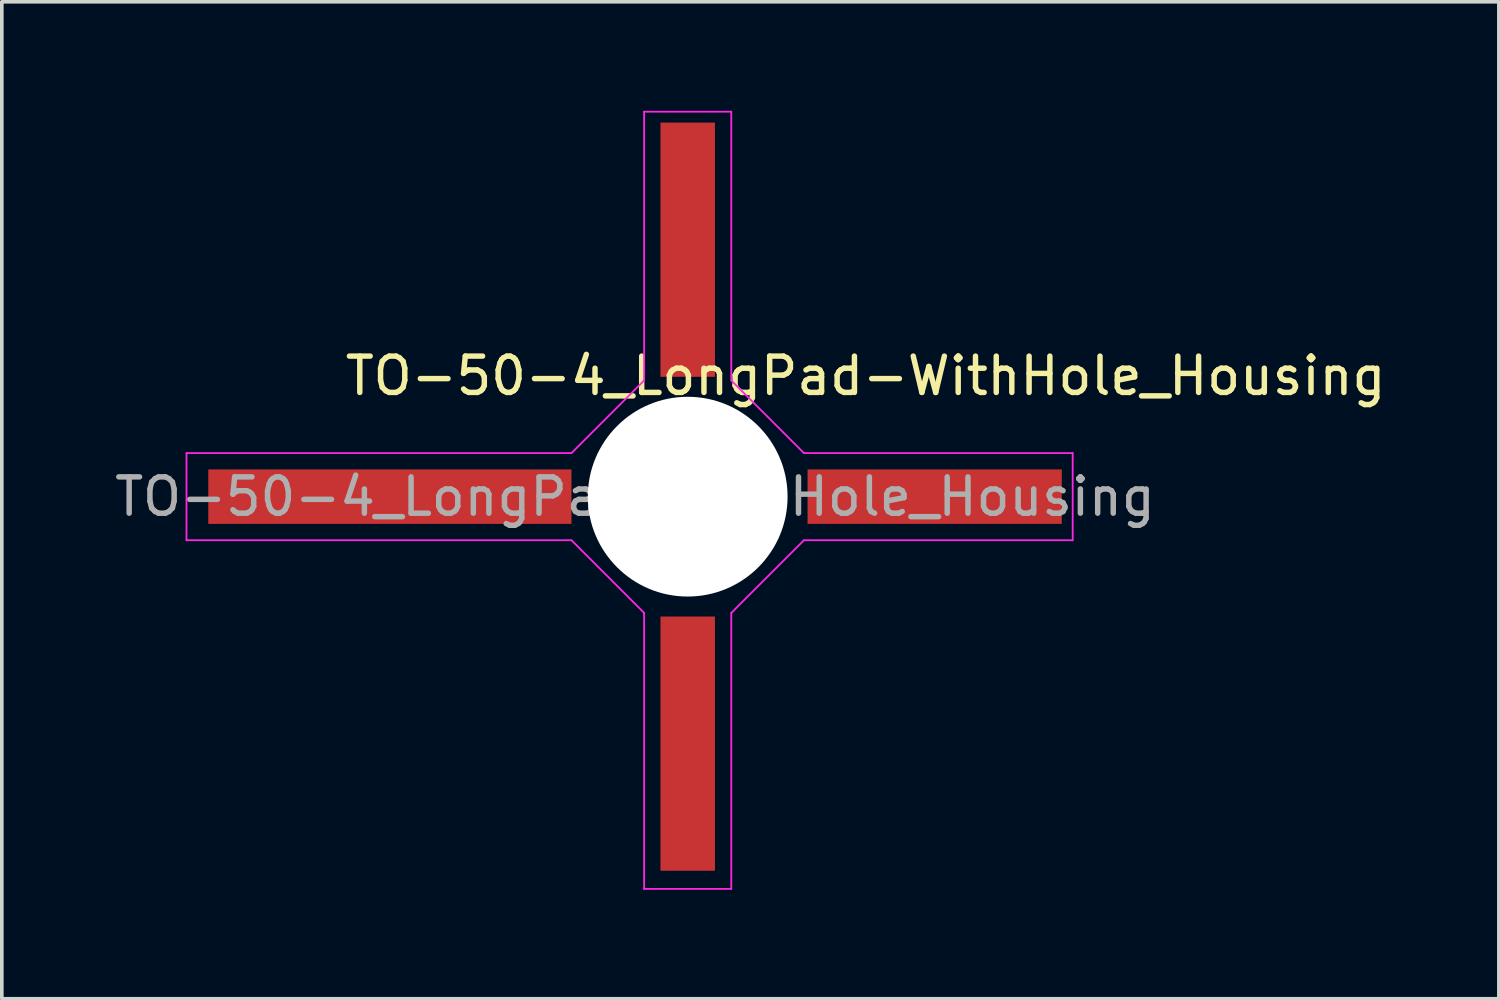
<source format=kicad_pcb>
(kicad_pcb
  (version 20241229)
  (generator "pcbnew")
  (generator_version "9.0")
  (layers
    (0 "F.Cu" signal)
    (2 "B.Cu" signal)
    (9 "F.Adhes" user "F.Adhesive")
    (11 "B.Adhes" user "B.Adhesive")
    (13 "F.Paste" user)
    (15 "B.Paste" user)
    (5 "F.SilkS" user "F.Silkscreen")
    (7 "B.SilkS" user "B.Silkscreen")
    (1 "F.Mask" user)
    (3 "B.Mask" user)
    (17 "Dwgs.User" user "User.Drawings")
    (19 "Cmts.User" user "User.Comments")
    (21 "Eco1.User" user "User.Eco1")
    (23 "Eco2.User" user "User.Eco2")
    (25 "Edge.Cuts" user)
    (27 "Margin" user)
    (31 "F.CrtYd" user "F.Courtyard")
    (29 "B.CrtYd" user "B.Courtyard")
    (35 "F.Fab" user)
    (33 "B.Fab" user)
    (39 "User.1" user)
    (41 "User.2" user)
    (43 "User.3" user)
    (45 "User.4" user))
  (footprint "TO-50-4_LongPad-WithHole_Housing"
    (layer "F.Cu")
    (at 15.185 10.625)
    (property "Reference" "TO-50-4_LongPad-WithHole_Housing" (at 5.6 -3.325 180) (layer "F.SilkS") (effects (font (size 1 1) (thickness 0.15))))
    (attr smd)
    (fp_line (start -13.1 -1.2) (end -2.5 -1.2) (stroke (width 0.05) (type solid)) (layer "F.CrtYd"))
    (fp_line (start -13.1 1.2) (end -13.1 -1.2) (stroke (width 0.05) (type solid)) (layer "F.CrtYd"))
    (fp_line (start -2.5 -1.2) (end -0.5 -3.2) (stroke (width 0.05) (type solid)) (layer "F.CrtYd"))
    (fp_line (start -2.5 1.2) (end -13.1 1.2) (stroke (width 0.05) (type solid)) (layer "F.CrtYd"))
    (fp_line (start -0.5 -10.6) (end 1.9 -10.6) (stroke (width 0.05) (type solid)) (layer "F.CrtYd"))
    (fp_line (start -0.5 -3.2) (end -0.5 -10.6) (stroke (width 0.05) (type solid)) (layer "F.CrtYd"))
    (fp_line (start -0.5 3.2) (end -2.5 1.2) (stroke (width 0.05) (type solid)) (layer "F.CrtYd"))
    (fp_line (start -0.5 10.8) (end -0.5 3.2) (stroke (width 0.05) (type solid)) (layer "F.CrtYd"))
    (fp_line (start 1.9 -10.6) (end 1.9 -3.2) (stroke (width 0.05) (type solid)) (layer "F.CrtYd"))
    (fp_line (start 1.9 -3.2) (end 3.9 -1.2) (stroke (width 0.05) (type solid)) (layer "F.CrtYd"))
    (fp_line (start 1.9 3.2) (end 1.9 10.8) (stroke (width 0.05) (type solid)) (layer "F.CrtYd"))
    (fp_line (start 1.9 10.8) (end -0.5 10.8) (stroke (width 0.05) (type solid)) (layer "F.CrtYd"))
    (fp_line (start 3.9 -1.2) (end 11.3 -1.2) (stroke (width 0.05) (type solid)) (layer "F.CrtYd"))
    (fp_line (start 3.9 1.2) (end 1.9 3.2) (stroke (width 0.05) (type solid)) (layer "F.CrtYd"))
    (fp_line (start 11.3 -1.2) (end 11.3 1.2) (stroke (width 0.05) (type solid)) (layer "F.CrtYd"))
    (fp_line (start 11.3 1.2) (end 3.9 1.2) (stroke (width 0.05) (type solid)) (layer "F.CrtYd"))
    (fp_circle (center 0.7 0) (end 0.65 2.55) (stroke (width 0.1) (type solid)) (fill no) (layer "F.Fab"))
    (fp_text user "${REFERENCE}" (at -0.75 0 0) (layer "F.Fab") (effects (font (size 1 1) (thickness 0.15))))
    (pad "" np_thru_hole circle (at 0.7 0 90) (size 5.5 5.5) (drill 5.5) (layers "*.Cu" "*.Mask"))
    (pad "1" smd rect (at 7.5 0 90) (size 1.5 7) (layers "F.Cu" "F.Mask" "F.Paste"))
    (pad "2" smd rect (at 0.7 -6.8 90) (size 7 1.5) (layers "F.Cu" "F.Mask" "F.Paste"))
    (pad "3" smd rect (at -7.5 0 90) (size 1.5 10) (layers "F.Cu" "F.Mask" "F.Paste"))
    (pad "4" smd rect (at 0.7 6.8 90) (size 7 1.5) (layers "F.Cu" "F.Mask" "F.Paste")))
  (gr_rect
    (start -3 -3)
    (end 38.219 24.45)
    (stroke (width 0.1) (type default))
    (fill no)
    (layer "Edge.Cuts")))
</source>
